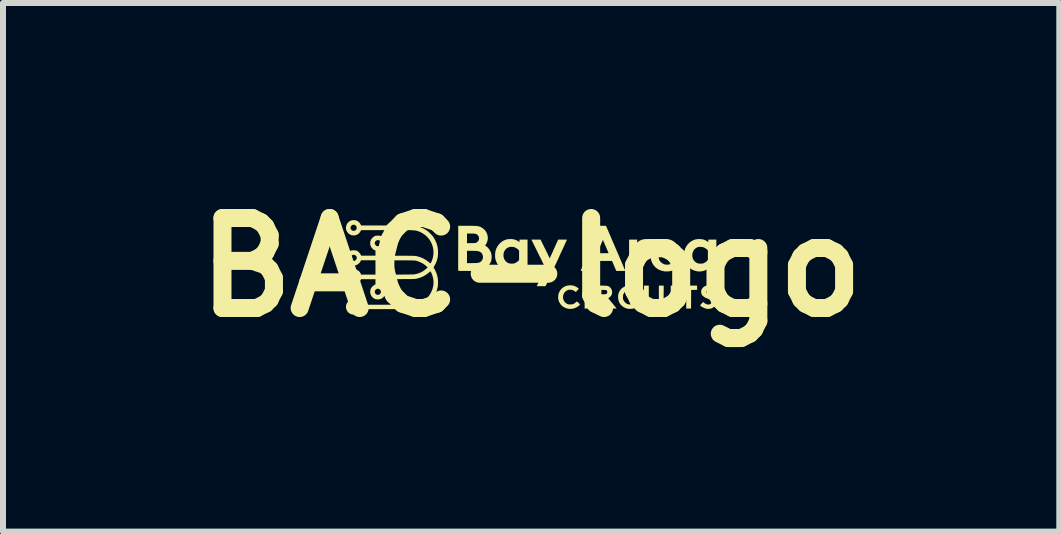
<source format=kicad_pcb>
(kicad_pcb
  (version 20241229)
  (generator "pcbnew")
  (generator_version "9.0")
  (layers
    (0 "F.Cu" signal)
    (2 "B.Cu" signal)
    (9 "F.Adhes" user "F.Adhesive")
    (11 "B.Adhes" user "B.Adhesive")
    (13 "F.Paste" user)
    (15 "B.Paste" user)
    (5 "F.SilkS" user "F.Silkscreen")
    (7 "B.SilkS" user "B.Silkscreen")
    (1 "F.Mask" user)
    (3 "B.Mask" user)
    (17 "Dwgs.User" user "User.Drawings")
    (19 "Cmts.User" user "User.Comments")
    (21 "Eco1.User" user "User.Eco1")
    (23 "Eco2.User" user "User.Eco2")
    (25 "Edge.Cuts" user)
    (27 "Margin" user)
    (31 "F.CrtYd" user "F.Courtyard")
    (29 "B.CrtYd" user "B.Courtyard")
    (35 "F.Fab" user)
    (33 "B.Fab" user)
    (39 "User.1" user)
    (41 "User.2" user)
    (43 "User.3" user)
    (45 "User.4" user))
  (footprint "BAC-logo"
    (layer "F.Cu")
    (at 5.8 1.404)
    (property "Reference" "BAC-logo" (at 0 0 0) (layer "F.SilkS") (effects (font (size 1.5 1.5) (thickness 0.3))))
    (attr board_only exclude_from_pos_files exclude_from_bom)
    (fp_poly (pts (xy 0.972 0.496) (xy 0.972 0.687) (xy 0.932 0.687) (xy 0.891 0.687) (xy 0.891 0.496) (xy 0.891 0.305) (xy 0.932 0.305) (xy 0.972 0.305)) (stroke (width 0) (type solid)) (fill yes) (layer "F.SilkS"))
    (fp_poly (pts (xy 2.406 0.496) (xy 2.406 0.687) (xy 2.366 0.687) (xy 2.326 0.687) (xy 2.326 0.496) (xy 2.326 0.305) (xy 2.366 0.305) (xy 2.406 0.305)) (stroke (width 0) (type solid)) (fill yes) (layer "F.SilkS"))
    (fp_poly (pts (xy 2.765 0.34) (xy 2.765 0.375) (xy 2.715 0.376) (xy 2.666 0.377) (xy 2.665 0.532) (xy 2.664 0.687) (xy 2.624 0.687) (xy 2.584 0.687) (xy 2.584 0.531) (xy 2.584 0.375) (xy 2.535 0.375) (xy 2.486 0.375) (xy 2.486 0.34) (xy 2.486 0.305) (xy 2.625 0.305) (xy 2.765 0.305)) (stroke (width 0) (type solid)) (fill yes) (layer "F.SilkS"))
    (fp_poly (pts (xy 1.945 -0.47) (xy 1.955 -0.469) (xy 1.962 -0.468) (xy 1.963 -0.468) (xy 1.963 -0.464) (xy 1.962 -0.455) (xy 1.961 -0.441) (xy 1.959 -0.424) (xy 1.956 -0.404) (xy 1.956 -0.403) (xy 1.948 -0.34) (xy 1.913 -0.341) (xy 1.893 -0.342) (xy 1.878 -0.341) (xy 1.866 -0.339) (xy 1.857 -0.336) (xy 1.835 -0.327) (xy 1.813 -0.313) (xy 1.793 -0.296) (xy 1.784 -0.285) (xy 1.769 -0.268) (xy 1.769 -0.104) (xy 1.769 0.06) (xy 1.701 0.06) (xy 1.632 0.06) (xy 1.632 -0.201) (xy 1.632 -0.462) (xy 1.699 -0.462) (xy 1.766 -0.462) (xy 1.766 -0.437) (xy 1.766 -0.412) (xy 1.782 -0.425) (xy 1.806 -0.443) (xy 1.836 -0.457) (xy 1.868 -0.466) (xy 1.902 -0.471) (xy 1.931 -0.471)) (stroke (width 0) (type solid)) (fill yes) (layer "F.SilkS"))
    (fp_poly (pts (xy 0.205 -0.364) (xy 0.218 -0.337) (xy 0.232 -0.309) (xy 0.246 -0.281) (xy 0.259 -0.254) (xy 0.271 -0.23) (xy 0.28 -0.211) (xy 0.281 -0.208) (xy 0.31 -0.15) (xy 0.38 -0.306) (xy 0.45 -0.462) (xy 0.524 -0.462) (xy 0.548 -0.462) (xy 0.566 -0.462) (xy 0.579 -0.462) (xy 0.587 -0.461) (xy 0.593 -0.461) (xy 0.595 -0.459) (xy 0.595 -0.458) (xy 0.595 -0.457) (xy 0.593 -0.453) (xy 0.589 -0.443) (xy 0.582 -0.429) (xy 0.573 -0.409) (xy 0.562 -0.384) (xy 0.549 -0.356) (xy 0.534 -0.323) (xy 0.517 -0.287) (xy 0.499 -0.248) (xy 0.48 -0.207) (xy 0.46 -0.162) (xy 0.439 -0.116) (xy 0.417 -0.068) (xy 0.416 -0.068) (xy 0.24 0.315) (xy 0.167 0.315) (xy 0.094 0.315) (xy 0.098 0.304) (xy 0.101 0.299) (xy 0.106 0.288) (xy 0.113 0.273) (xy 0.122 0.253) (xy 0.132 0.23) (xy 0.144 0.205) (xy 0.157 0.177) (xy 0.169 0.152) (xy 0.182 0.123) (xy 0.195 0.096) (xy 0.206 0.072) (xy 0.216 0.05) (xy 0.224 0.032) (xy 0.23 0.019) (xy 0.233 0.01) (xy 0.235 0.007) (xy 0.233 0.004) (xy 0.229 -0.005) (xy 0.222 -0.019) (xy 0.213 -0.038) (xy 0.202 -0.061) (xy 0.189 -0.087) (xy 0.175 -0.117) (xy 0.159 -0.15) (xy 0.141 -0.184) (xy 0.123 -0.221) (xy 0.119 -0.229) (xy 0.004 -0.462) (xy 0.081 -0.462) (xy 0.157 -0.462)) (stroke (width 0) (type solid)) (fill yes) (layer "F.SilkS"))
    (fp_poly (pts (xy 1.96 0.427) (xy 1.96 0.461) (xy 1.961 0.49) (xy 1.961 0.513) (xy 1.962 0.532) (xy 1.963 0.547) (xy 1.964 0.559) (xy 1.966 0.568) (xy 1.969 0.575) (xy 1.972 0.582) (xy 1.976 0.588) (xy 1.977 0.59) (xy 1.991 0.604) (xy 2.008 0.613) (xy 2.029 0.619) (xy 2.05 0.619) (xy 2.071 0.616) (xy 2.091 0.607) (xy 2.104 0.599) (xy 2.109 0.593) (xy 2.114 0.588) (xy 2.118 0.583) (xy 2.121 0.577) (xy 2.123 0.568) (xy 2.125 0.558) (xy 2.126 0.544) (xy 2.127 0.526) (xy 2.128 0.504) (xy 2.128 0.477) (xy 2.128 0.444) (xy 2.128 0.433) (xy 2.128 0.305) (xy 2.168 0.305) (xy 2.209 0.305) (xy 2.208 0.441) (xy 2.207 0.475) (xy 2.207 0.503) (xy 2.207 0.526) (xy 2.206 0.544) (xy 2.206 0.558) (xy 2.205 0.569) (xy 2.204 0.577) (xy 2.203 0.583) (xy 2.202 0.588) (xy 2.2 0.593) (xy 2.199 0.597) (xy 2.184 0.625) (xy 2.164 0.649) (xy 2.14 0.668) (xy 2.112 0.681) (xy 2.105 0.684) (xy 2.083 0.689) (xy 2.058 0.692) (xy 2.032 0.692) (xy 2.009 0.69) (xy 2.002 0.689) (xy 1.97 0.679) (xy 1.943 0.663) (xy 1.92 0.644) (xy 1.902 0.62) (xy 1.89 0.592) (xy 1.883 0.566) (xy 1.883 0.558) (xy 1.882 0.543) (xy 1.881 0.524) (xy 1.881 0.501) (xy 1.88 0.475) (xy 1.88 0.447) (xy 1.88 0.425) (xy 1.88 0.305) (xy 1.92 0.305) (xy 1.96 0.305)) (stroke (width 0) (type solid)) (fill yes) (layer "F.SilkS"))
    (fp_poly (pts (xy 1.202 0.305) (xy 1.227 0.306) (xy 1.247 0.307) (xy 1.263 0.308) (xy 1.276 0.311) (xy 1.286 0.314) (xy 1.296 0.319) (xy 1.305 0.325) (xy 1.309 0.328) (xy 1.322 0.34) (xy 1.332 0.355) (xy 1.337 0.363) (xy 1.343 0.376) (xy 1.347 0.386) (xy 1.348 0.397) (xy 1.349 0.41) (xy 1.349 0.414) (xy 1.348 0.431) (xy 1.346 0.445) (xy 1.342 0.456) (xy 1.329 0.477) (xy 1.311 0.496) (xy 1.298 0.506) (xy 1.284 0.515) (xy 1.301 0.536) (xy 1.308 0.545) (xy 1.319 0.558) (xy 1.332 0.574) (xy 1.347 0.592) (xy 1.363 0.611) (xy 1.372 0.622) (xy 1.424 0.687) (xy 1.373 0.687) (xy 1.322 0.687) (xy 1.257 0.605) (xy 1.239 0.582) (xy 1.224 0.564) (xy 1.212 0.549) (xy 1.204 0.539) (xy 1.197 0.532) (xy 1.192 0.527) (xy 1.188 0.524) (xy 1.184 0.523) (xy 1.181 0.523) (xy 1.181 0.523) (xy 1.169 0.523) (xy 1.169 0.605) (xy 1.169 0.687) (xy 1.129 0.687) (xy 1.089 0.687) (xy 1.089 0.496) (xy 1.089 0.449) (xy 1.169 0.449) (xy 1.208 0.449) (xy 1.224 0.449) (xy 1.236 0.448) (xy 1.244 0.447) (xy 1.249 0.446) (xy 1.254 0.442) (xy 1.256 0.44) (xy 1.266 0.429) (xy 1.269 0.414) (xy 1.267 0.399) (xy 1.267 0.398) (xy 1.262 0.39) (xy 1.256 0.384) (xy 1.248 0.38) (xy 1.235 0.378) (xy 1.218 0.377) (xy 1.209 0.377) (xy 1.171 0.377) (xy 1.17 0.413) (xy 1.169 0.449) (xy 1.089 0.449) (xy 1.089 0.305) (xy 1.172 0.305)) (stroke (width 0) (type solid)) (fill yes) (layer "F.SilkS"))
    (fp_poly (pts (xy 0.685 0.302) (xy 0.7 0.304) (xy 0.72 0.311) (xy 0.741 0.32) (xy 0.76 0.33) (xy 0.776 0.341) (xy 0.78 0.344) (xy 0.794 0.357) (xy 0.769 0.384) (xy 0.744 0.412) (xy 0.728 0.4) (xy 0.71 0.388) (xy 0.694 0.38) (xy 0.677 0.375) (xy 0.657 0.374) (xy 0.652 0.374) (xy 0.636 0.374) (xy 0.625 0.375) (xy 0.616 0.377) (xy 0.606 0.381) (xy 0.599 0.385) (xy 0.576 0.399) (xy 0.558 0.417) (xy 0.544 0.439) (xy 0.54 0.448) (xy 0.532 0.477) (xy 0.531 0.505) (xy 0.535 0.532) (xy 0.546 0.557) (xy 0.561 0.579) (xy 0.582 0.598) (xy 0.598 0.608) (xy 0.608 0.612) (xy 0.616 0.616) (xy 0.624 0.617) (xy 0.635 0.618) (xy 0.651 0.618) (xy 0.653 0.618) (xy 0.67 0.618) (xy 0.682 0.617) (xy 0.692 0.615) (xy 0.701 0.612) (xy 0.708 0.609) (xy 0.72 0.602) (xy 0.734 0.592) (xy 0.744 0.584) (xy 0.761 0.568) (xy 0.787 0.59) (xy 0.798 0.6) (xy 0.806 0.609) (xy 0.812 0.614) (xy 0.814 0.616) (xy 0.812 0.621) (xy 0.806 0.629) (xy 0.797 0.638) (xy 0.785 0.648) (xy 0.772 0.658) (xy 0.771 0.658) (xy 0.741 0.674) (xy 0.708 0.686) (xy 0.673 0.692) (xy 0.638 0.693) (xy 0.605 0.688) (xy 0.57 0.677) (xy 0.539 0.661) (xy 0.511 0.64) (xy 0.488 0.614) (xy 0.47 0.584) (xy 0.457 0.551) (xy 0.454 0.538) (xy 0.45 0.502) (xy 0.452 0.467) (xy 0.459 0.434) (xy 0.473 0.403) (xy 0.491 0.374) (xy 0.514 0.35) (xy 0.542 0.329) (xy 0.574 0.313) (xy 0.585 0.31) (xy 0.607 0.304) (xy 0.633 0.301) (xy 0.66 0.3)) (stroke (width 0) (type solid)) (fill yes) (layer "F.SilkS"))
    (fp_poly (pts (xy 2.284 -0.468) (xy 2.321 -0.459) (xy 2.344 -0.449) (xy 2.377 -0.43) (xy 2.407 -0.406) (xy 2.432 -0.377) (xy 2.453 -0.344) (xy 2.469 -0.308) (xy 2.48 -0.269) (xy 2.485 -0.228) (xy 2.486 -0.199) (xy 2.485 -0.169) (xy 2.304 -0.168) (xy 2.124 -0.167) (xy 2.126 -0.153) (xy 2.133 -0.128) (xy 2.146 -0.104) (xy 2.164 -0.083) (xy 2.187 -0.066) (xy 2.212 -0.053) (xy 2.226 -0.048) (xy 2.255 -0.044) (xy 2.285 -0.045) (xy 2.316 -0.052) (xy 2.344 -0.065) (xy 2.371 -0.082) (xy 2.378 -0.088) (xy 2.395 -0.103) (xy 2.435 -0.063) (xy 2.475 -0.023) (xy 2.454 -0.003) (xy 2.424 0.021) (xy 2.389 0.04) (xy 2.352 0.055) (xy 2.312 0.065) (xy 2.271 0.069) (xy 2.23 0.068) (xy 2.218 0.067) (xy 2.175 0.057) (xy 2.135 0.043) (xy 2.1 0.023) (xy 2.069 -0.002) (xy 2.043 -0.031) (xy 2.021 -0.065) (xy 2.005 -0.102) (xy 1.997 -0.129) (xy 1.992 -0.155) (xy 1.99 -0.184) (xy 1.989 -0.214) (xy 1.991 -0.242) (xy 1.995 -0.267) (xy 1.997 -0.271) (xy 1.998 -0.277) (xy 2.131 -0.277) (xy 2.132 -0.273) (xy 2.136 -0.271) (xy 2.143 -0.27) (xy 2.155 -0.269) (xy 2.17 -0.268) (xy 2.191 -0.268) (xy 2.218 -0.268) (xy 2.237 -0.268) (xy 2.342 -0.268) (xy 2.342 -0.276) (xy 2.339 -0.29) (xy 2.331 -0.305) (xy 2.32 -0.321) (xy 2.305 -0.335) (xy 2.29 -0.347) (xy 2.275 -0.354) (xy 2.25 -0.358) (xy 2.225 -0.357) (xy 2.201 -0.351) (xy 2.178 -0.339) (xy 2.159 -0.323) (xy 2.143 -0.303) (xy 2.138 -0.293) (xy 2.134 -0.286) (xy 2.132 -0.281) (xy 2.131 -0.277) (xy 1.998 -0.277) (xy 2.01 -0.313) (xy 2.027 -0.349) (xy 2.049 -0.381) (xy 2.071 -0.405) (xy 2.101 -0.43) (xy 2.134 -0.448) (xy 2.17 -0.462) (xy 2.207 -0.47) (xy 2.246 -0.472)) (stroke (width 0) (type solid)) (fill yes) (layer "F.SilkS"))
    (fp_poly (pts (xy 1.406 -0.322) (xy 1.426 -0.274) (xy 1.446 -0.229) (xy 1.465 -0.185) (xy 1.482 -0.144) (xy 1.499 -0.105) (xy 1.514 -0.07) (xy 1.527 -0.039) (xy 1.539 -0.011) (xy 1.549 0.012) (xy 1.557 0.031) (xy 1.563 0.044) (xy 1.566 0.052) (xy 1.567 0.054) (xy 1.567 0.056) (xy 1.566 0.058) (xy 1.562 0.059) (xy 1.556 0.06) (xy 1.545 0.06) (xy 1.53 0.06) (xy 1.51 0.06) (xy 1.493 0.06) (xy 1.418 0.06) (xy 1.383 -0.023) (xy 1.348 -0.106) (xy 1.196 -0.106) (xy 1.045 -0.106) (xy 1.01 -0.023) (xy 0.974 0.06) (xy 0.899 0.06) (xy 0.875 0.06) (xy 0.856 0.06) (xy 0.843 0.06) (xy 0.834 0.059) (xy 0.829 0.058) (xy 0.826 0.057) (xy 0.825 0.056) (xy 0.826 0.054) (xy 0.827 0.051) (xy 0.831 0.041) (xy 0.838 0.026) (xy 0.846 0.006) (xy 0.857 -0.018) (xy 0.869 -0.047) (xy 0.883 -0.08) (xy 0.898 -0.116) (xy 0.915 -0.155) (xy 0.933 -0.197) (xy 0.95 -0.237) (xy 1.102 -0.237) (xy 1.106 -0.236) (xy 1.115 -0.236) (xy 1.129 -0.235) (xy 1.147 -0.235) (xy 1.169 -0.235) (xy 1.193 -0.235) (xy 1.196 -0.235) (xy 1.221 -0.235) (xy 1.243 -0.235) (xy 1.261 -0.235) (xy 1.276 -0.235) (xy 1.286 -0.236) (xy 1.29 -0.236) (xy 1.29 -0.236) (xy 1.289 -0.24) (xy 1.285 -0.248) (xy 1.28 -0.262) (xy 1.272 -0.279) (xy 1.263 -0.3) (xy 1.254 -0.323) (xy 1.248 -0.336) (xy 1.237 -0.36) (xy 1.227 -0.383) (xy 1.219 -0.404) (xy 1.211 -0.422) (xy 1.205 -0.435) (xy 1.202 -0.444) (xy 1.201 -0.446) (xy 1.196 -0.457) (xy 1.149 -0.349) (xy 1.138 -0.323) (xy 1.128 -0.3) (xy 1.12 -0.279) (xy 1.112 -0.262) (xy 1.107 -0.249) (xy 1.103 -0.24) (xy 1.102 -0.237) (xy 0.95 -0.237) (xy 0.952 -0.241) (xy 0.972 -0.288) (xy 0.986 -0.322) (xy 1.145 -0.692) (xy 1.196 -0.692) (xy 1.247 -0.692)) (stroke (width 0) (type solid)) (fill yes) (layer "F.SilkS"))
    (fp_poly (pts (xy -0.311 -0.469) (xy -0.289 -0.466) (xy -0.285 -0.465) (xy -0.266 -0.459) (xy -0.246 -0.451) (xy -0.227 -0.442) (xy -0.212 -0.433) (xy -0.209 -0.43) (xy -0.202 -0.425) (xy -0.197 -0.422) (xy -0.196 -0.422) (xy -0.195 -0.425) (xy -0.195 -0.433) (xy -0.194 -0.442) (xy -0.194 -0.462) (xy -0.127 -0.462) (xy -0.06 -0.462) (xy -0.06 -0.201) (xy -0.06 0.06) (xy -0.127 0.06) (xy -0.194 0.06) (xy -0.194 0.04) (xy -0.195 0.03) (xy -0.195 0.022) (xy -0.196 0.02) (xy -0.199 0.022) (xy -0.206 0.026) (xy -0.216 0.033) (xy -0.219 0.035) (xy -0.246 0.05) (xy -0.278 0.061) (xy -0.311 0.067) (xy -0.346 0.07) (xy -0.379 0.067) (xy -0.42 0.057) (xy -0.457 0.042) (xy -0.492 0.021) (xy -0.522 -0.005) (xy -0.549 -0.036) (xy -0.571 -0.071) (xy -0.587 -0.11) (xy -0.594 -0.13) (xy -0.598 -0.153) (xy -0.601 -0.18) (xy -0.601 -0.189) (xy -0.461 -0.189) (xy -0.456 -0.158) (xy -0.445 -0.13) (xy -0.428 -0.106) (xy -0.407 -0.086) (xy -0.389 -0.074) (xy -0.37 -0.067) (xy -0.35 -0.062) (xy -0.325 -0.061) (xy -0.32 -0.061) (xy -0.304 -0.062) (xy -0.292 -0.063) (xy -0.282 -0.065) (xy -0.271 -0.069) (xy -0.261 -0.074) (xy -0.239 -0.087) (xy -0.22 -0.101) (xy -0.218 -0.104) (xy -0.201 -0.12) (xy -0.201 -0.2) (xy -0.201 -0.281) (xy -0.215 -0.295) (xy -0.239 -0.315) (xy -0.267 -0.33) (xy -0.297 -0.339) (xy -0.329 -0.341) (xy -0.334 -0.341) (xy -0.352 -0.34) (xy -0.366 -0.337) (xy -0.378 -0.333) (xy -0.383 -0.331) (xy -0.408 -0.316) (xy -0.428 -0.296) (xy -0.445 -0.272) (xy -0.456 -0.245) (xy -0.461 -0.215) (xy -0.461 -0.189) (xy -0.601 -0.189) (xy -0.601 -0.208) (xy -0.599 -0.236) (xy -0.596 -0.262) (xy -0.594 -0.273) (xy -0.58 -0.313) (xy -0.561 -0.35) (xy -0.537 -0.383) (xy -0.509 -0.411) (xy -0.477 -0.435) (xy -0.442 -0.453) (xy -0.414 -0.463) (xy -0.391 -0.468) (xy -0.365 -0.47) (xy -0.338 -0.471)) (stroke (width 0) (type solid)) (fill yes) (layer "F.SilkS"))
    (fp_poly (pts (xy 2.831 -0.47) (xy 2.855 -0.466) (xy 2.862 -0.465) (xy 2.881 -0.459) (xy 2.901 -0.451) (xy 2.919 -0.442) (xy 2.934 -0.433) (xy 2.938 -0.43) (xy 2.945 -0.425) (xy 2.95 -0.422) (xy 2.95 -0.422) (xy 2.951 -0.425) (xy 2.952 -0.433) (xy 2.952 -0.442) (xy 2.952 -0.462) (xy 3.019 -0.462) (xy 3.086 -0.462) (xy 3.086 -0.201) (xy 3.086 0.06) (xy 3.019 0.06) (xy 2.952 0.06) (xy 2.952 0.04) (xy 2.952 0.03) (xy 2.951 0.022) (xy 2.951 0.02) (xy 2.948 0.022) (xy 2.94 0.026) (xy 2.93 0.033) (xy 2.927 0.035) (xy 2.9 0.05) (xy 2.869 0.061) (xy 2.835 0.067) (xy 2.801 0.07) (xy 2.767 0.067) (xy 2.727 0.057) (xy 2.689 0.042) (xy 2.655 0.021) (xy 2.624 -0.005) (xy 2.598 -0.036) (xy 2.576 -0.071) (xy 2.559 -0.11) (xy 2.553 -0.13) (xy 2.548 -0.153) (xy 2.546 -0.18) (xy 2.546 -0.189) (xy 2.685 -0.189) (xy 2.69 -0.158) (xy 2.702 -0.13) (xy 2.718 -0.106) (xy 2.74 -0.086) (xy 2.758 -0.074) (xy 2.776 -0.067) (xy 2.797 -0.062) (xy 2.821 -0.061) (xy 2.827 -0.061) (xy 2.843 -0.062) (xy 2.855 -0.063) (xy 2.865 -0.065) (xy 2.875 -0.069) (xy 2.886 -0.074) (xy 2.908 -0.087) (xy 2.926 -0.101) (xy 2.929 -0.104) (xy 2.945 -0.12) (xy 2.945 -0.2) (xy 2.945 -0.281) (xy 2.932 -0.295) (xy 2.907 -0.315) (xy 2.88 -0.33) (xy 2.85 -0.339) (xy 2.817 -0.341) (xy 2.812 -0.341) (xy 2.795 -0.34) (xy 2.781 -0.337) (xy 2.768 -0.333) (xy 2.764 -0.331) (xy 2.739 -0.316) (xy 2.718 -0.296) (xy 2.702 -0.272) (xy 2.691 -0.245) (xy 2.685 -0.215) (xy 2.685 -0.189) (xy 2.546 -0.189) (xy 2.546 -0.208) (xy 2.547 -0.236) (xy 2.551 -0.262) (xy 2.553 -0.273) (xy 2.567 -0.314) (xy 2.586 -0.351) (xy 2.61 -0.384) (xy 2.639 -0.413) (xy 2.671 -0.436) (xy 2.707 -0.454) (xy 2.729 -0.462) (xy 2.752 -0.467) (xy 2.778 -0.47) (xy 2.805 -0.471)) (stroke (width 0) (type solid)) (fill yes) (layer "F.SilkS"))
    (fp_poly (pts (xy 1.668 0.301) (xy 1.682 0.302) (xy 1.695 0.304) (xy 1.707 0.307) (xy 1.714 0.309) (xy 1.738 0.319) (xy 1.761 0.332) (xy 1.781 0.346) (xy 1.785 0.349) (xy 1.792 0.356) (xy 1.767 0.384) (xy 1.741 0.412) (xy 1.731 0.404) (xy 1.723 0.398) (xy 1.711 0.391) (xy 1.699 0.384) (xy 1.688 0.379) (xy 1.678 0.376) (xy 1.668 0.374) (xy 1.655 0.374) (xy 1.647 0.374) (xy 1.63 0.374) (xy 1.617 0.376) (xy 1.606 0.379) (xy 1.601 0.381) (xy 1.582 0.393) (xy 1.563 0.409) (xy 1.548 0.428) (xy 1.539 0.443) (xy 1.535 0.454) (xy 1.532 0.464) (xy 1.53 0.475) (xy 1.53 0.489) (xy 1.53 0.496) (xy 1.53 0.512) (xy 1.531 0.524) (xy 1.533 0.534) (xy 1.537 0.544) (xy 1.539 0.549) (xy 1.551 0.568) (xy 1.567 0.587) (xy 1.586 0.602) (xy 1.601 0.611) (xy 1.61 0.614) (xy 1.619 0.616) (xy 1.631 0.618) (xy 1.647 0.618) (xy 1.652 0.618) (xy 1.668 0.618) (xy 1.68 0.617) (xy 1.689 0.616) (xy 1.698 0.613) (xy 1.707 0.609) (xy 1.72 0.601) (xy 1.734 0.59) (xy 1.742 0.583) (xy 1.758 0.567) (xy 1.785 0.591) (xy 1.796 0.601) (xy 1.805 0.609) (xy 1.811 0.615) (xy 1.812 0.617) (xy 1.811 0.621) (xy 1.805 0.627) (xy 1.797 0.636) (xy 1.795 0.638) (xy 1.773 0.655) (xy 1.748 0.67) (xy 1.722 0.682) (xy 1.712 0.685) (xy 1.697 0.688) (xy 1.678 0.691) (xy 1.657 0.692) (xy 1.636 0.692) (xy 1.618 0.691) (xy 1.61 0.69) (xy 1.577 0.681) (xy 1.546 0.667) (xy 1.536 0.66) (xy 1.507 0.638) (xy 1.484 0.612) (xy 1.467 0.583) (xy 1.455 0.55) (xy 1.449 0.513) (xy 1.449 0.507) (xy 1.449 0.47) (xy 1.456 0.436) (xy 1.469 0.404) (xy 1.489 0.375) (xy 1.497 0.364) (xy 1.524 0.34) (xy 1.554 0.322) (xy 1.583 0.309) (xy 1.597 0.305) (xy 1.609 0.303) (xy 1.623 0.301) (xy 1.639 0.301) (xy 1.649 0.301)) (stroke (width 0) (type solid)) (fill yes) (layer "F.SilkS"))
    (fp_poly (pts (xy 2.983 0.301) (xy 3.014 0.307) (xy 3.02 0.309) (xy 3.033 0.313) (xy 3.045 0.319) (xy 3.057 0.325) (xy 3.066 0.331) (xy 3.072 0.336) (xy 3.073 0.338) (xy 3.071 0.342) (xy 3.066 0.35) (xy 3.059 0.36) (xy 3.052 0.37) (xy 3.032 0.399) (xy 3.024 0.392) (xy 3.013 0.385) (xy 2.998 0.378) (xy 2.981 0.374) (xy 2.966 0.372) (xy 2.951 0.374) (xy 2.937 0.379) (xy 2.924 0.385) (xy 2.919 0.39) (xy 2.915 0.397) (xy 2.914 0.407) (xy 2.914 0.408) (xy 2.916 0.418) (xy 2.923 0.427) (xy 2.934 0.436) (xy 2.952 0.445) (xy 2.961 0.449) (xy 2.992 0.462) (xy 3.017 0.474) (xy 3.036 0.486) (xy 3.052 0.498) (xy 3.064 0.51) (xy 3.073 0.524) (xy 3.075 0.527) (xy 3.08 0.537) (xy 3.083 0.546) (xy 3.084 0.557) (xy 3.084 0.572) (xy 3.084 0.575) (xy 3.084 0.59) (xy 3.083 0.602) (xy 3.081 0.611) (xy 3.077 0.621) (xy 3.075 0.624) (xy 3.061 0.646) (xy 3.041 0.664) (xy 3.018 0.679) (xy 2.992 0.688) (xy 2.963 0.693) (xy 2.933 0.692) (xy 2.925 0.691) (xy 2.905 0.686) (xy 2.881 0.677) (xy 2.858 0.666) (xy 2.838 0.654) (xy 2.827 0.645) (xy 2.814 0.634) (xy 2.84 0.605) (xy 2.866 0.577) (xy 2.882 0.591) (xy 2.9 0.604) (xy 2.919 0.614) (xy 2.939 0.619) (xy 2.958 0.62) (xy 2.975 0.617) (xy 2.989 0.61) (xy 2.999 0.599) (xy 3.005 0.584) (xy 3.004 0.569) (xy 2.998 0.556) (xy 2.985 0.544) (xy 2.981 0.541) (xy 2.971 0.536) (xy 2.958 0.529) (xy 2.942 0.522) (xy 2.931 0.518) (xy 2.909 0.508) (xy 2.892 0.5) (xy 2.878 0.491) (xy 2.867 0.482) (xy 2.857 0.473) (xy 2.845 0.458) (xy 2.838 0.443) (xy 2.834 0.425) (xy 2.833 0.409) (xy 2.834 0.394) (xy 2.836 0.382) (xy 2.84 0.371) (xy 2.843 0.365) (xy 2.857 0.343) (xy 2.876 0.326) (xy 2.898 0.313) (xy 2.924 0.304) (xy 2.953 0.3)) (stroke (width 0) (type solid)) (fill yes) (layer "F.SilkS"))
    (fp_poly (pts (xy -1.066 -0.692) (xy -1.025 -0.692) (xy -0.991 -0.692) (xy -0.962 -0.691) (xy -0.938 -0.69) (xy -0.918 -0.689) (xy -0.901 -0.688) (xy -0.887 -0.686) (xy -0.875 -0.683) (xy -0.864 -0.68) (xy -0.854 -0.677) (xy -0.843 -0.672) (xy -0.839 -0.67) (xy -0.809 -0.653) (xy -0.782 -0.63) (xy -0.759 -0.604) (xy -0.742 -0.575) (xy -0.73 -0.544) (xy -0.723 -0.511) (xy -0.722 -0.478) (xy -0.725 -0.454) (xy -0.732 -0.43) (xy -0.741 -0.407) (xy -0.751 -0.387) (xy -0.755 -0.381) (xy -0.761 -0.373) (xy -0.765 -0.367) (xy -0.765 -0.366) (xy -0.764 -0.362) (xy -0.757 -0.357) (xy -0.751 -0.352) (xy -0.727 -0.333) (xy -0.705 -0.309) (xy -0.686 -0.28) (xy -0.671 -0.249) (xy -0.666 -0.235) (xy -0.661 -0.209) (xy -0.658 -0.179) (xy -0.659 -0.149) (xy -0.663 -0.121) (xy -0.666 -0.107) (xy -0.681 -0.071) (xy -0.701 -0.038) (xy -0.725 -0.009) (xy -0.754 0.015) (xy -0.787 0.034) (xy -0.822 0.047) (xy -0.827 0.049) (xy -0.839 0.051) (xy -0.852 0.053) (xy -0.866 0.055) (xy -0.884 0.057) (xy -0.905 0.058) (xy -0.929 0.059) (xy -0.958 0.059) (xy -0.992 0.06) (xy -1.031 0.06) (xy -1.065 0.06) (xy -1.102 0.06) (xy -1.133 0.06) (xy -1.158 0.06) (xy -1.178 0.06) (xy -1.193 0.059) (xy -1.204 0.058) (xy -1.211 0.058) (xy -1.214 0.057) (xy -1.215 0.056) (xy -1.215 0.052) (xy -1.215 0.042) (xy -1.215 0.026) (xy -1.216 0.005) (xy -1.216 -0.021) (xy -1.216 -0.052) (xy -1.216 -0.087) (xy -1.216 -0.126) (xy -1.216 -0.168) (xy -1.216 -0.173) (xy -1.069 -0.173) (xy -1.069 -0.07) (xy -0.983 -0.07) (xy -0.951 -0.071) (xy -0.926 -0.071) (xy -0.906 -0.072) (xy -0.892 -0.073) (xy -0.882 -0.074) (xy -0.88 -0.075) (xy -0.861 -0.081) (xy -0.846 -0.089) (xy -0.833 -0.1) (xy -0.83 -0.103) (xy -0.815 -0.123) (xy -0.806 -0.145) (xy -0.803 -0.17) (xy -0.803 -0.173) (xy -0.806 -0.199) (xy -0.815 -0.222) (xy -0.83 -0.241) (xy -0.849 -0.256) (xy -0.873 -0.266) (xy -0.895 -0.271) (xy -0.905 -0.272) (xy -0.92 -0.273) (xy -0.939 -0.274) (xy -0.961 -0.274) (xy -0.984 -0.275) (xy -0.993 -0.275) (xy -1.069 -0.275) (xy -1.069 -0.173) (xy -1.216 -0.173) (xy -1.216 -0.213) (xy -1.216 -0.26) (xy -1.216 -0.309) (xy -1.216 -0.32) (xy -1.215 -0.482) (xy -1.069 -0.482) (xy -1.069 -0.402) (xy -0.999 -0.403) (xy -0.975 -0.403) (xy -0.956 -0.404) (xy -0.942 -0.405) (xy -0.931 -0.406) (xy -0.924 -0.407) (xy -0.918 -0.409) (xy -0.916 -0.41) (xy -0.897 -0.422) (xy -0.882 -0.438) (xy -0.872 -0.458) (xy -0.868 -0.48) (xy -0.868 -0.483) (xy -0.871 -0.505) (xy -0.88 -0.524) (xy -0.894 -0.54) (xy -0.903 -0.547) (xy -0.912 -0.553) (xy -0.923 -0.557) (xy -0.937 -0.56) (xy -0.954 -0.562) (xy -0.976 -0.563) (xy -1.003 -0.563) (xy -1.006 -0.563) (xy -1.069 -0.563) (xy -1.069 -0.482) (xy -1.215 -0.482) (xy -1.215 -0.692)) (stroke (width 0) (type solid)) (fill yes) (layer "F.SilkS"))
    (fp_poly (pts (xy -2.939 -0.786) (xy -2.911 -0.779) (xy -2.886 -0.766) (xy -2.865 -0.748) (xy -2.847 -0.725) (xy -2.842 -0.715) (xy -2.833 -0.697) (xy -2.413 -0.697) (xy -2.349 -0.697) (xy -2.289 -0.697) (xy -2.233 -0.697) (xy -2.181 -0.697) (xy -2.134 -0.696) (xy -2.091 -0.696) (xy -2.054 -0.696) (xy -2.023 -0.695) (xy -1.996 -0.695) (xy -1.976 -0.694) (xy -1.963 -0.694) (xy -1.956 -0.694) (xy -1.903 -0.685) (xy -1.851 -0.671) (xy -1.802 -0.651) (xy -1.756 -0.625) (xy -1.714 -0.595) (xy -1.676 -0.559) (xy -1.641 -0.52) (xy -1.612 -0.476) (xy -1.588 -0.429) (xy -1.574 -0.392) (xy -1.564 -0.36) (xy -1.558 -0.33) (xy -1.554 -0.299) (xy -1.552 -0.265) (xy -1.552 -0.231) (xy -1.553 -0.207) (xy -1.555 -0.188) (xy -1.556 -0.173) (xy -1.559 -0.158) (xy -1.562 -0.144) (xy -1.576 -0.099) (xy -1.593 -0.058) (xy -1.609 -0.029) (xy -1.626 0.001) (xy -1.619 0.013) (xy -1.597 0.054) (xy -1.579 0.096) (xy -1.565 0.139) (xy -1.557 0.176) (xy -1.554 0.198) (xy -1.552 0.226) (xy -1.552 0.255) (xy -1.552 0.284) (xy -1.554 0.31) (xy -1.557 0.327) (xy -1.569 0.379) (xy -1.587 0.43) (xy -1.612 0.478) (xy -1.627 0.503) (xy -1.638 0.518) (xy -1.654 0.537) (xy -1.672 0.556) (xy -1.692 0.576) (xy -1.712 0.594) (xy -1.73 0.61) (xy -1.746 0.622) (xy -1.746 0.622) (xy -1.789 0.647) (xy -1.834 0.668) (xy -1.859 0.676) (xy -1.868 0.679) (xy -1.876 0.682) (xy -1.884 0.684) (xy -1.892 0.686) (xy -1.9 0.688) (xy -1.909 0.69) (xy -1.918 0.691) (xy -1.93 0.692) (xy -1.943 0.693) (xy -1.958 0.694) (xy -1.976 0.695) (xy -1.997 0.696) (xy -2.021 0.696) (xy -2.049 0.696) (xy -2.081 0.697) (xy -2.117 0.697) (xy -2.158 0.697) (xy -2.204 0.697) (xy -2.256 0.697) (xy -2.314 0.697) (xy -2.378 0.697) (xy -2.392 0.697) (xy -2.833 0.697) (xy -2.842 0.715) (xy -2.857 0.739) (xy -2.875 0.758) (xy -2.888 0.767) (xy -2.913 0.779) (xy -2.941 0.786) (xy -2.97 0.787) (xy -2.993 0.783) (xy -3.018 0.773) (xy -3.041 0.757) (xy -3.06 0.737) (xy -3.074 0.713) (xy -3.083 0.686) (xy -3.085 0.667) (xy -3.085 0.663) (xy -3.009 0.663) (xy -3.005 0.679) (xy -3 0.689) (xy -2.988 0.701) (xy -2.973 0.708) (xy -2.956 0.71) (xy -2.94 0.707) (xy -2.932 0.703) (xy -2.918 0.691) (xy -2.91 0.679) (xy -2.907 0.663) (xy -2.907 0.658) (xy -2.91 0.64) (xy -2.918 0.625) (xy -2.931 0.614) (xy -2.948 0.609) (xy -2.957 0.608) (xy -2.973 0.61) (xy -2.986 0.616) (xy -2.998 0.628) (xy -3.002 0.634) (xy -3.007 0.647) (xy -3.009 0.663) (xy -3.085 0.663) (xy -3.084 0.639) (xy -3.078 0.613) (xy -3.066 0.59) (xy -3.05 0.57) (xy -3.031 0.554) (xy -3.009 0.541) (xy -2.984 0.534) (xy -2.959 0.531) (xy -2.933 0.533) (xy -2.907 0.541) (xy -2.893 0.548) (xy -2.874 0.561) (xy -2.859 0.576) (xy -2.846 0.596) (xy -2.842 0.603) (xy -2.831 0.623) (xy -2.411 0.623) (xy -2.338 0.623) (xy -2.272 0.623) (xy -2.211 0.623) (xy -2.157 0.623) (xy -2.11 0.623) (xy -2.068 0.622) (xy -2.033 0.622) (xy -2.004 0.621) (xy -1.982 0.621) (xy -1.967 0.62) (xy -1.958 0.62) (xy -1.909 0.611) (xy -1.863 0.596) (xy -1.819 0.576) (xy -1.779 0.55) (xy -1.742 0.519) (xy -1.709 0.484) (xy -1.682 0.444) (xy -1.667 0.417) (xy -1.647 0.37) (xy -1.634 0.323) (xy -1.627 0.274) (xy -1.627 0.226) (xy -1.634 0.179) (xy -1.647 0.131) (xy -1.648 0.129) (xy -1.653 0.115) (xy -1.659 0.101) (xy -1.665 0.088) (xy -1.671 0.077) (xy -1.675 0.069) (xy -1.678 0.067) (xy -1.681 0.069) (xy -1.688 0.074) (xy -1.697 0.082) (xy -1.698 0.083) (xy -1.743 0.118) (xy -1.789 0.146) (xy -1.838 0.168) (xy -1.891 0.185) (xy -1.906 0.188) (xy -1.912 0.19) (xy -1.917 0.191) (xy -1.923 0.192) (xy -1.93 0.193) (xy -1.938 0.193) (xy -1.948 0.194) (xy -1.96 0.194) (xy -1.974 0.195) (xy -1.991 0.195) (xy -2.012 0.196) (xy -2.038 0.196) (xy -2.067 0.196) (xy -2.102 0.196) (xy -2.141 0.196) (xy -2.187 0.197) (xy -2.228 0.197) (xy -2.517 0.198) (xy -2.517 0.241) (xy -2.517 0.284) (xy -2.498 0.293) (xy -2.475 0.307) (xy -2.455 0.326) (xy -2.44 0.349) (xy -2.43 0.375) (xy -2.427 0.398) (xy -2.428 0.428) (xy -2.435 0.455) (xy -2.447 0.479) (xy -2.464 0.5) (xy -2.485 0.517) (xy -2.51 0.528) (xy -2.538 0.535) (xy -2.565 0.535) (xy -2.592 0.531) (xy -2.617 0.52) (xy -2.638 0.505) (xy -2.656 0.486) (xy -2.669 0.464) (xy -2.678 0.44) (xy -2.682 0.416) (xy -2.606 0.416) (xy -2.606 0.417) (xy -2.601 0.428) (xy -2.594 0.44) (xy -2.584 0.45) (xy -2.575 0.456) (xy -2.562 0.459) (xy -2.547 0.458) (xy -2.533 0.455) (xy -2.527 0.452) (xy -2.514 0.441) (xy -2.506 0.426) (xy -2.503 0.41) (xy -2.506 0.393) (xy -2.514 0.378) (xy -2.523 0.367) (xy -2.538 0.359) (xy -2.555 0.356) (xy -2.572 0.36) (xy -2.587 0.369) (xy -2.599 0.382) (xy -2.605 0.398) (xy -2.606 0.416) (xy -2.682 0.416) (xy -2.682 0.413) (xy -2.68 0.386) (xy -2.673 0.359) (xy -2.67 0.352) (xy -2.661 0.338) (xy -2.648 0.323) (xy -2.633 0.309) (xy -2.618 0.297) (xy -2.61 0.292) (xy -2.594 0.285) (xy -2.594 0.241) (xy -2.594 0.198) (xy -2.714 0.198) (xy -2.834 0.198) (xy -2.843 0.216) (xy -2.854 0.233) (xy -2.869 0.249) (xy -2.886 0.264) (xy -2.904 0.275) (xy -2.912 0.279) (xy -2.92 0.281) (xy -2.93 0.282) (xy -2.944 0.283) (xy -2.957 0.283) (xy -2.974 0.283) (xy -2.986 0.282) (xy -2.995 0.281) (xy -3.003 0.278) (xy -3.012 0.274) (xy -3.013 0.274) (xy -3.037 0.258) (xy -3.057 0.238) (xy -3.073 0.213) (xy -3.073 0.212) (xy -3.079 0.201) (xy -3.082 0.191) (xy -3.084 0.182) (xy -3.084 0.17) (xy -3.085 0.157) (xy -3.007 0.157) (xy -3.006 0.175) (xy -3 0.187) (xy -2.989 0.198) (xy -2.979 0.204) (xy -2.963 0.209) (xy -2.947 0.209) (xy -2.932 0.202) (xy -2.919 0.192) (xy -2.91 0.178) (xy -2.906 0.162) (xy -2.908 0.146) (xy -2.913 0.133) (xy -2.924 0.119) (xy -2.939 0.11) (xy -2.955 0.106) (xy -2.971 0.108) (xy -2.987 0.115) (xy -3 0.128) (xy -3 0.128) (xy -3.005 0.137) (xy -3.007 0.148) (xy -3.007 0.157) (xy -3.085 0.157) (xy -3.084 0.142) (xy -3.083 0.13) (xy -3.081 0.121) (xy -3.078 0.112) (xy -3.074 0.103) (xy -3.057 0.078) (xy -3.037 0.057) (xy -3.013 0.042) (xy -3.004 0.037) (xy -2.996 0.034) (xy -2.987 0.033) (xy -2.975 0.032) (xy -2.959 0.032) (xy -2.943 0.032) (xy -2.931 0.033) (xy -2.922 0.034) (xy -2.913 0.037) (xy -2.903 0.042) (xy -2.901 0.043) (xy -2.882 0.055) (xy -2.864 0.07) (xy -2.85 0.087) (xy -2.84 0.104) (xy -2.84 0.105) (xy -2.834 0.121) (xy -2.714 0.121) (xy -2.594 0.121) (xy -2.594 0.002) (xy -2.594 0.002) (xy -2.517 0.002) (xy -2.517 0.121) (xy -2.243 0.121) (xy -2.191 0.121) (xy -2.146 0.121) (xy -2.107 0.12) (xy -2.073 0.12) (xy -2.044 0.12) (xy -2.019 0.12) (xy -1.999 0.119) (xy -1.982 0.119) (xy -1.968 0.118) (xy -1.957 0.118) (xy -1.948 0.117) (xy -1.941 0.116) (xy -1.938 0.116) (xy -1.891 0.105) (xy -1.846 0.088) (xy -1.803 0.066) (xy -1.765 0.038) (xy -1.748 0.023) (xy -1.725 0.002) (xy -1.74 -0.013) (xy -1.772 -0.041) (xy -1.809 -0.066) (xy -1.851 -0.087) (xy -1.897 -0.104) (xy -1.91 -0.108) (xy -1.915 -0.109) (xy -1.919 -0.11) (xy -1.924 -0.111) (xy -1.93 -0.112) (xy -1.937 -0.113) (xy -1.946 -0.114) (xy -1.958 -0.114) (xy -1.972 -0.115) (xy -1.989 -0.115) (xy -2.01 -0.115) (xy -2.035 -0.115) (xy -2.065 -0.116) (xy -2.099 -0.116) (xy -2.139 -0.116) (xy -2.185 -0.116) (xy -2.226 -0.116) (xy -2.517 -0.118) (xy -2.517 0.002) (xy -2.594 0.002) (xy -2.594 -0.117) (xy -2.714 -0.117) (xy -2.834 -0.117) (xy -2.843 -0.099) (xy -2.855 -0.081) (xy -2.872 -0.063) (xy -2.892 -0.048) (xy -2.905 -0.041) (xy -2.914 -0.037) (xy -2.923 -0.034) (xy -2.933 -0.033) (xy -2.946 -0.032) (xy -2.959 -0.032) (xy -2.975 -0.032) (xy -2.987 -0.033) (xy -2.996 -0.034) (xy -3.004 -0.037) (xy -3.013 -0.042) (xy -3.038 -0.058) (xy -3.058 -0.079) (xy -3.074 -0.103) (xy -3.079 -0.114) (xy -3.082 -0.124) (xy -3.084 -0.133) (xy -3.084 -0.146) (xy -3.085 -0.154) (xy -3.009 -0.154) (xy -3.006 -0.139) (xy -2.998 -0.125) (xy -2.985 -0.114) (xy -2.974 -0.109) (xy -2.957 -0.106) (xy -2.94 -0.109) (xy -2.93 -0.114) (xy -2.92 -0.123) (xy -2.912 -0.135) (xy -2.906 -0.149) (xy -2.905 -0.157) (xy -2.908 -0.174) (xy -2.916 -0.189) (xy -2.928 -0.2) (xy -2.943 -0.207) (xy -2.96 -0.209) (xy -2.974 -0.206) (xy -2.99 -0.197) (xy -3.001 -0.185) (xy -3.007 -0.17) (xy -3.009 -0.154) (xy -3.085 -0.154) (xy -3.085 -0.157) (xy -3.084 -0.173) (xy -3.083 -0.184) (xy -3.081 -0.194) (xy -3.078 -0.203) (xy -3.073 -0.212) (xy -3.058 -0.237) (xy -3.038 -0.258) (xy -3.014 -0.273) (xy -3.013 -0.274) (xy -3.004 -0.278) (xy -2.996 -0.281) (xy -2.987 -0.282) (xy -2.975 -0.283) (xy -2.959 -0.283) (xy -2.957 -0.283) (xy -2.94 -0.283) (xy -2.928 -0.282) (xy -2.918 -0.281) (xy -2.91 -0.278) (xy -2.904 -0.275) (xy -2.889 -0.266) (xy -2.874 -0.253) (xy -2.859 -0.239) (xy -2.848 -0.224) (xy -2.84 -0.211) (xy -2.84 -0.21) (xy -2.834 -0.194) (xy -2.714 -0.194) (xy -2.594 -0.194) (xy -2.594 -0.237) (xy -2.594 -0.28) (xy -2.609 -0.286) (xy -2.629 -0.298) (xy -2.648 -0.315) (xy -2.664 -0.336) (xy -2.675 -0.36) (xy -2.681 -0.381) (xy -2.682 -0.407) (xy -2.606 -0.407) (xy -2.604 -0.39) (xy -2.596 -0.374) (xy -2.589 -0.366) (xy -2.574 -0.355) (xy -2.558 -0.351) (xy -2.54 -0.353) (xy -2.528 -0.358) (xy -2.515 -0.369) (xy -2.506 -0.384) (xy -2.503 -0.401) (xy -2.506 -0.419) (xy -2.514 -0.434) (xy -2.525 -0.445) (xy -2.539 -0.452) (xy -2.555 -0.454) (xy -2.57 -0.451) (xy -2.585 -0.443) (xy -2.59 -0.439) (xy -2.601 -0.424) (xy -2.606 -0.407) (xy -2.682 -0.407) (xy -2.682 -0.409) (xy -2.678 -0.436) (xy -2.668 -0.461) (xy -2.652 -0.484) (xy -2.633 -0.503) (xy -2.609 -0.518) (xy -2.608 -0.519) (xy -2.598 -0.523) (xy -2.589 -0.526) (xy -2.579 -0.527) (xy -2.566 -0.528) (xy -2.553 -0.528) (xy -2.537 -0.528) (xy -2.525 -0.527) (xy -2.516 -0.525) (xy -2.508 -0.522) (xy -2.498 -0.518) (xy -2.474 -0.503) (xy -2.454 -0.483) (xy -2.44 -0.46) (xy -2.43 -0.435) (xy -2.426 -0.409) (xy -2.428 -0.382) (xy -2.435 -0.355) (xy -2.448 -0.33) (xy -2.448 -0.329) (xy -2.463 -0.312) (xy -2.482 -0.296) (xy -2.502 -0.284) (xy -2.504 -0.283) (xy -2.517 -0.278) (xy -2.517 -0.236) (xy -2.517 -0.195) (xy -2.226 -0.193) (xy -2.175 -0.193) (xy -2.13 -0.193) (xy -2.091 -0.193) (xy -2.058 -0.193) (xy -2.029 -0.192) (xy -2.005 -0.192) (xy -1.984 -0.192) (xy -1.967 -0.191) (xy -1.954 -0.191) (xy -1.942 -0.19) (xy -1.933 -0.19) (xy -1.925 -0.189) (xy -1.919 -0.188) (xy -1.913 -0.187) (xy -1.908 -0.186) (xy -1.905 -0.185) (xy -1.851 -0.17) (xy -1.8 -0.149) (xy -1.753 -0.122) (xy -1.71 -0.091) (xy -1.698 -0.08) (xy -1.689 -0.072) (xy -1.682 -0.068) (xy -1.677 -0.067) (xy -1.673 -0.07) (xy -1.668 -0.079) (xy -1.662 -0.092) (xy -1.657 -0.104) (xy -1.64 -0.151) (xy -1.63 -0.2) (xy -1.627 -0.248) (xy -1.63 -0.298) (xy -1.639 -0.342) (xy -1.654 -0.387) (xy -1.675 -0.431) (xy -1.701 -0.471) (xy -1.732 -0.507) (xy -1.768 -0.539) (xy -1.807 -0.566) (xy -1.85 -0.589) (xy -1.889 -0.603) (xy -1.897 -0.606) (xy -1.904 -0.608) (xy -1.911 -0.61) (xy -1.919 -0.611) (xy -1.927 -0.613) (xy -1.937 -0.614) (xy -1.948 -0.615) (xy -1.96 -0.616) (xy -1.975 -0.617) (xy -1.993 -0.618) (xy -2.013 -0.618) (xy -2.037 -0.619) (xy -2.065 -0.619) (xy -2.096 -0.619) (xy -2.132 -0.62) (xy -2.173 -0.62) (xy -2.219 -0.62) (xy -2.271 -0.62) (xy -2.328 -0.62) (xy -2.392 -0.62) (xy -2.404 -0.62) (xy -2.833 -0.62) (xy -2.843 -0.602) (xy -2.857 -0.58) (xy -2.873 -0.562) (xy -2.893 -0.548) (xy -2.918 -0.537) (xy -2.945 -0.531) (xy -2.972 -0.532) (xy -2.999 -0.537) (xy -3.023 -0.549) (xy -3.045 -0.565) (xy -3.063 -0.586) (xy -3.065 -0.589) (xy -3.078 -0.614) (xy -3.085 -0.641) (xy -3.085 -0.665) (xy -3.009 -0.665) (xy -3.008 -0.648) (xy -3.008 -0.646) (xy -3.003 -0.635) (xy -2.994 -0.623) (xy -2.983 -0.614) (xy -2.977 -0.611) (xy -2.964 -0.608) (xy -2.949 -0.608) (xy -2.935 -0.612) (xy -2.929 -0.616) (xy -2.916 -0.628) (xy -2.909 -0.641) (xy -2.907 -0.657) (xy -2.907 -0.658) (xy -2.91 -0.676) (xy -2.918 -0.691) (xy -2.93 -0.702) (xy -2.945 -0.709) (xy -2.962 -0.71) (xy -2.979 -0.706) (xy -2.981 -0.705) (xy -2.994 -0.695) (xy -3.004 -0.681) (xy -3.009 -0.665) (xy -3.085 -0.665) (xy -3.086 -0.667) (xy -3.081 -0.693) (xy -3.072 -0.717) (xy -3.058 -0.738) (xy -3.04 -0.757) (xy -3.019 -0.772) (xy -2.994 -0.782) (xy -2.968 -0.786)) (stroke (width 0) (type solid)) (fill yes) (layer "F.SilkS")))
  (gr_rect
    (start -3 -3)
    (end 14.6 5.808)
    (stroke (width 0.1) (type default))
    (fill no)
    (layer "Edge.Cuts")))
</source>
